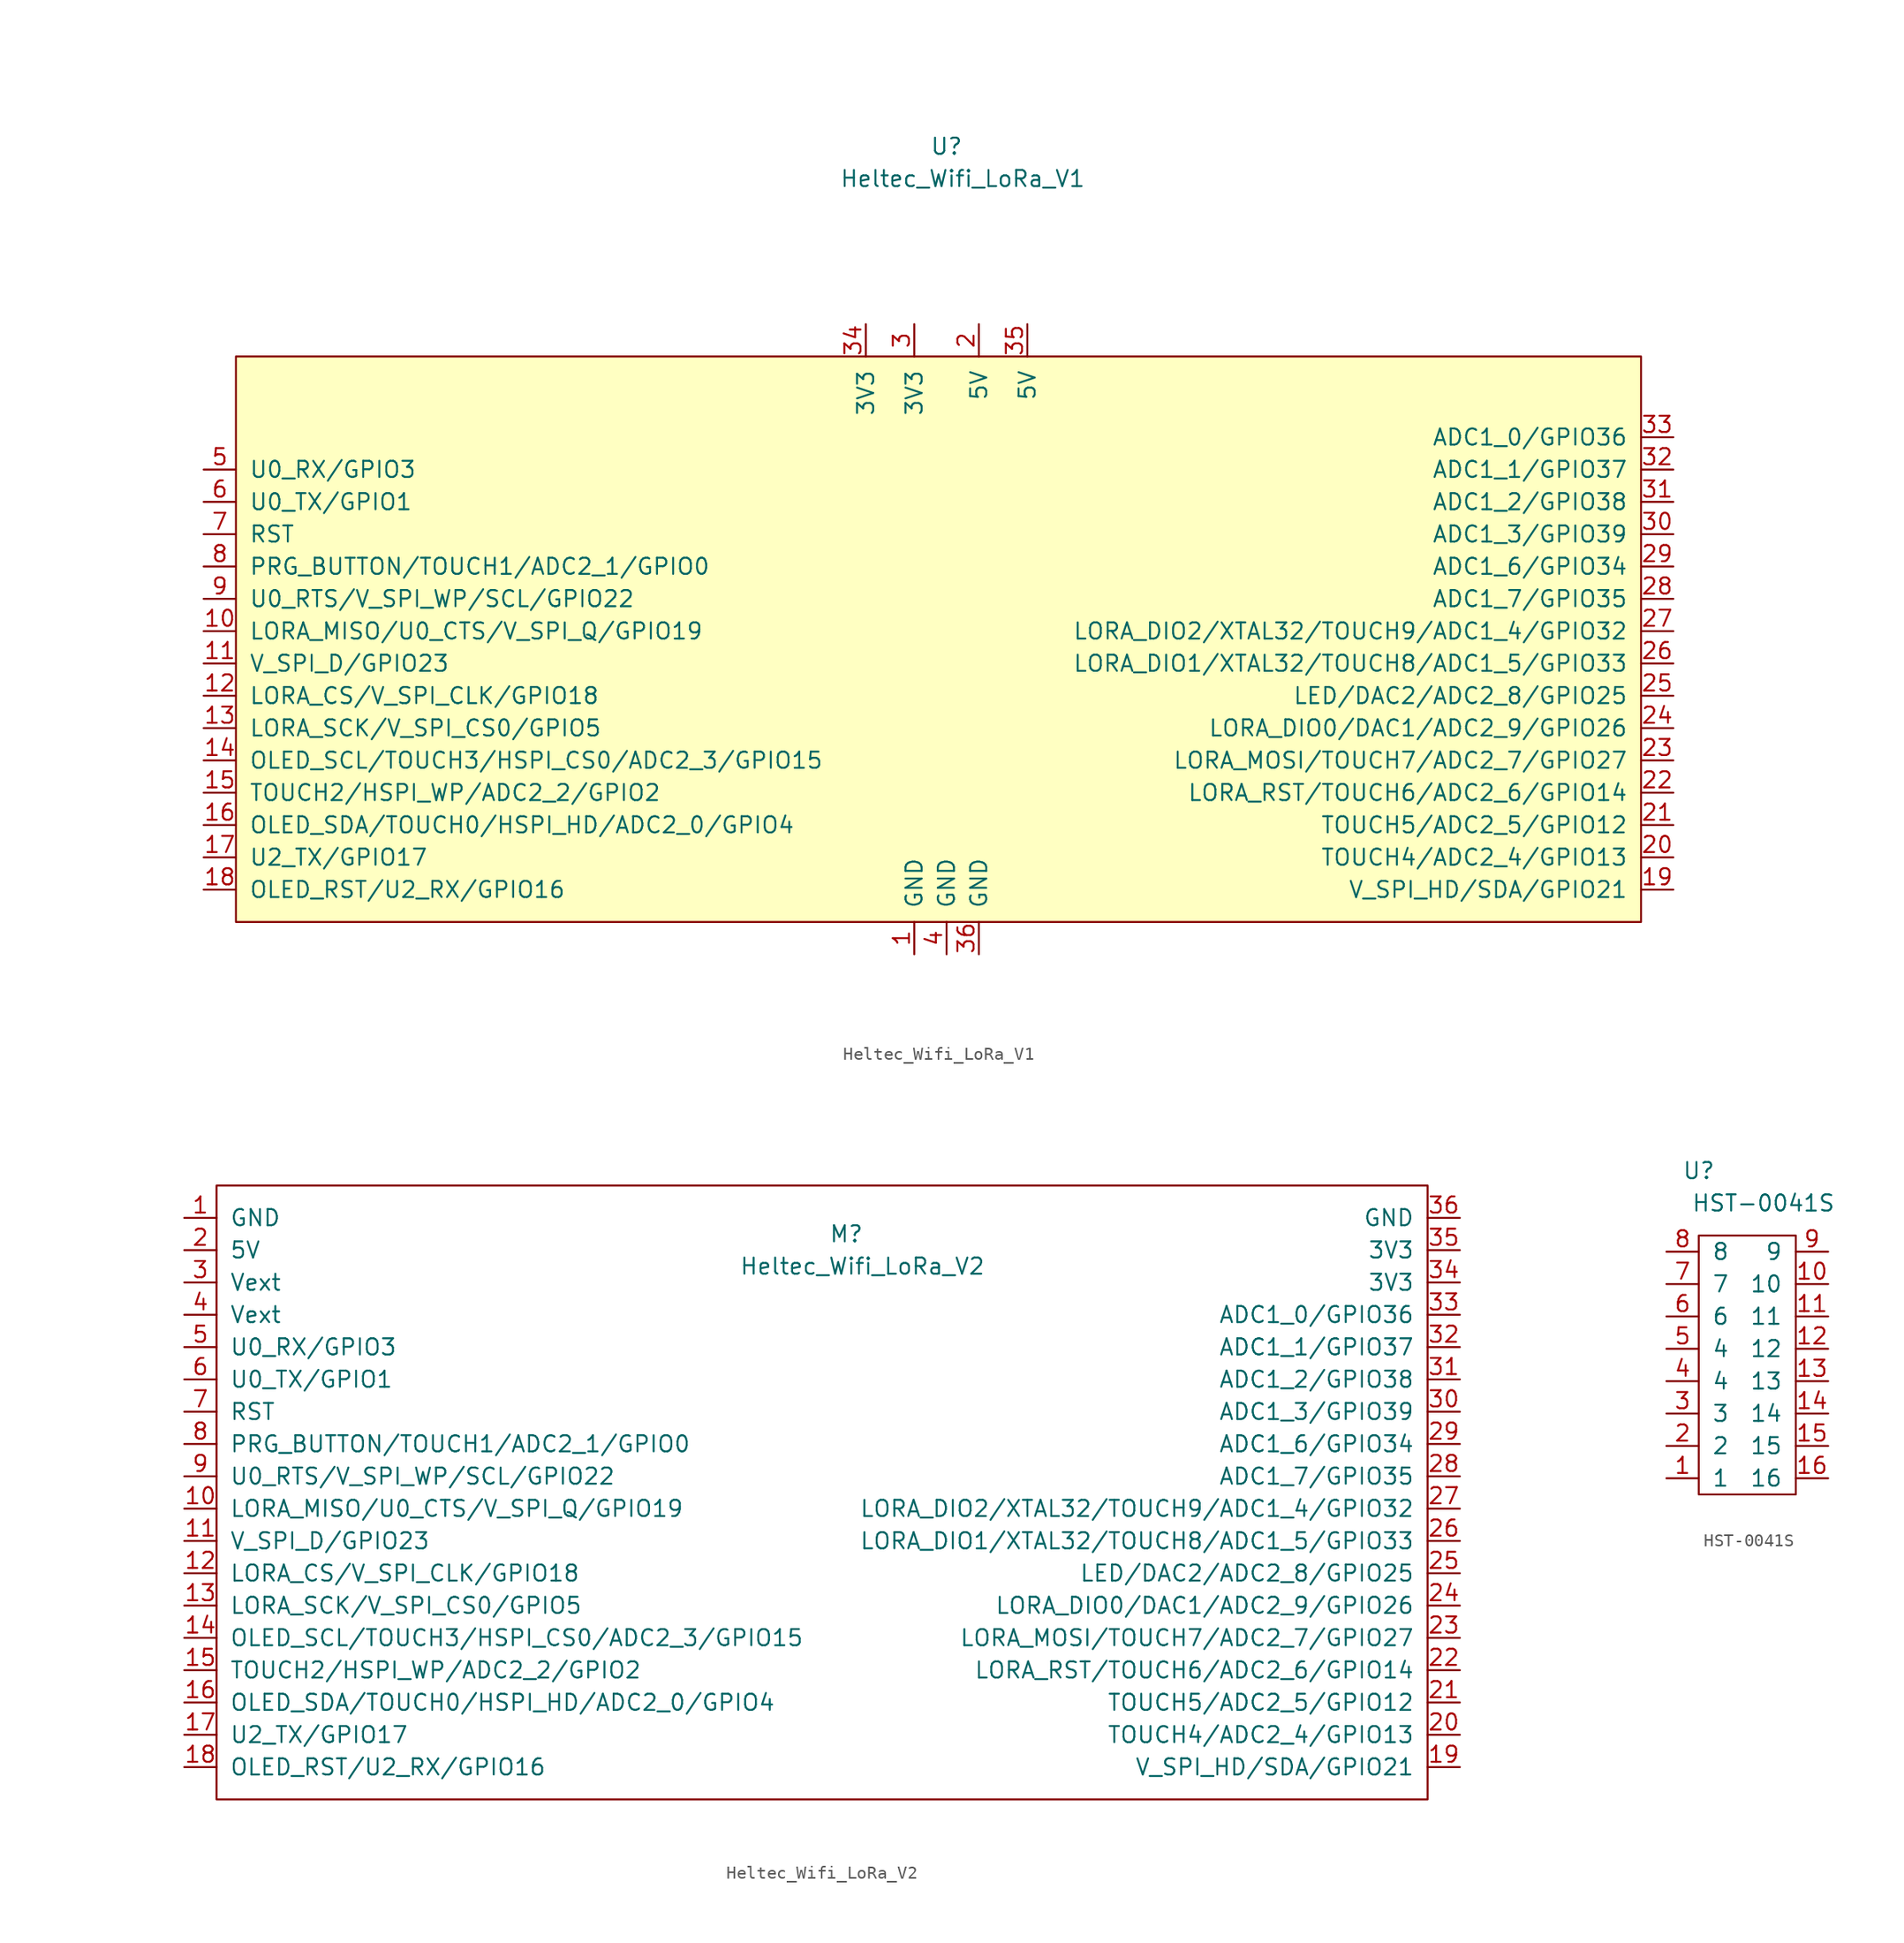
<source format=kicad_sym>
(kicad_symbol_lib
  (version 20231120)
  (generator "kicad_symbol_editor")
  (generator_version "8.0")
  (symbol "Heltec_Wifi_LoRa_V1"
    (pin_names
      (offset 1.016))
    (property "Reference" "U"
      (at 0 21.59 0)
      (effects (font (size 1.27 1.27))))
    (property "Value" "Heltec_Wifi_LoRa_V1"
      (at 1.27 19.05 0)
      (effects (font (size 1.27 1.27))))
    (symbol "Heltec_Wifi_LoRa_V1_0_1"
      (rectangle (start -55.88 5.08) (end 54.61 -39.37) (stroke (width 0) (type solid)) (fill (type background))))
    (symbol "Heltec_Wifi_LoRa_V1_1_1"
      (pin power_in line (at -2.54 -41.91 90) (length 2.54) (name "GND" (effects (font (size 1.27 1.27)))) (number "1" (effects (font (size 1.27 1.27)))))
      (pin bidirectional line (at -58.42 -16.51 0) (length 2.54) (name "LORA_MISO/U0_CTS/V_SPI_Q/GPIO19" (effects (font (size 1.27 1.27)))) (number "10" (effects (font (size 1.27 1.27)))))
      (pin bidirectional line (at -58.42 -19.05 0) (length 2.54) (name "V_SPI_D/GPIO23" (effects (font (size 1.27 1.27)))) (number "11" (effects (font (size 1.27 1.27)))))
      (pin bidirectional line (at -58.42 -21.59 0) (length 2.54) (name "LORA_CS/V_SPI_CLK/GPIO18" (effects (font (size 1.27 1.27)))) (number "12" (effects (font (size 1.27 1.27)))))
      (pin bidirectional line (at -58.42 -24.13 0) (length 2.54) (name "LORA_SCK/V_SPI_CS0/GPIO5" (effects (font (size 1.27 1.27)))) (number "13" (effects (font (size 1.27 1.27)))))
      (pin bidirectional line (at -58.42 -26.67 0) (length 2.54) (name "OLED_SCL/TOUCH3/HSPI_CS0/ADC2_3/GPIO15" (effects (font (size 1.27 1.27)))) (number "14" (effects (font (size 1.27 1.27)))))
      (pin bidirectional line (at -58.42 -29.21 0) (length 2.54) (name "TOUCH2/HSPI_WP/ADC2_2/GPIO2" (effects (font (size 1.27 1.27)))) (number "15" (effects (font (size 1.27 1.27)))))
      (pin bidirectional line (at -58.42 -31.75 0) (length 2.54) (name "OLED_SDA/TOUCH0/HSPI_HD/ADC2_0/GPIO4" (effects (font (size 1.27 1.27)))) (number "16" (effects (font (size 1.27 1.27)))))
      (pin bidirectional line (at -58.42 -34.29 0) (length 2.54) (name "U2_TX/GPIO17" (effects (font (size 1.27 1.27)))) (number "17" (effects (font (size 1.27 1.27)))))
      (pin bidirectional line (at -58.42 -36.83 0) (length 2.54) (name "OLED_RST/U2_RX/GPIO16" (effects (font (size 1.27 1.27)))) (number "18" (effects (font (size 1.27 1.27)))))
      (pin bidirectional line (at 57.15 -36.83 180) (length 2.54) (name "V_SPI_HD/SDA/GPIO21" (effects (font (size 1.27 1.27)))) (number "19" (effects (font (size 1.27 1.27)))))
      (pin power_in line (at 2.54 7.62 270) (length 2.54) (name "5V" (effects (font (size 1.27 1.27)))) (number "2" (effects (font (size 1.27 1.27)))))
      (pin bidirectional line (at 57.15 -34.29 180) (length 2.54) (name "TOUCH4/ADC2_4/GPIO13" (effects (font (size 1.27 1.27)))) (number "20" (effects (font (size 1.27 1.27)))))
      (pin bidirectional line (at 57.15 -31.75 180) (length 2.54) (name "TOUCH5/ADC2_5/GPIO12" (effects (font (size 1.27 1.27)))) (number "21" (effects (font (size 1.27 1.27)))))
      (pin bidirectional line (at 57.15 -29.21 180) (length 2.54) (name "LORA_RST/TOUCH6/ADC2_6/GPIO14" (effects (font (size 1.27 1.27)))) (number "22" (effects (font (size 1.27 1.27)))))
      (pin bidirectional line (at 57.15 -26.67 180) (length 2.54) (name "LORA_MOSI/TOUCH7/ADC2_7/GPIO27" (effects (font (size 1.27 1.27)))) (number "23" (effects (font (size 1.27 1.27)))))
      (pin bidirectional line (at 57.15 -24.13 180) (length 2.54) (name "LORA_DIO0/DAC1/ADC2_9/GPIO26" (effects (font (size 1.27 1.27)))) (number "24" (effects (font (size 1.27 1.27)))))
      (pin bidirectional line (at 57.15 -21.59 180) (length 2.54) (name "LED/DAC2/ADC2_8/GPIO25" (effects (font (size 1.27 1.27)))) (number "25" (effects (font (size 1.27 1.27)))))
      (pin bidirectional line (at 57.15 -19.05 180) (length 2.54) (name "LORA_DIO1/XTAL32/TOUCH8/ADC1_5/GPIO33" (effects (font (size 1.27 1.27)))) (number "26" (effects (font (size 1.27 1.27)))))
      (pin bidirectional line (at 57.15 -16.51 180) (length 2.54) (name "LORA_DIO2/XTAL32/TOUCH9/ADC1_4/GPIO32" (effects (font (size 1.27 1.27)))) (number "27" (effects (font (size 1.27 1.27)))))
      (pin bidirectional line (at 57.15 -13.97 180) (length 2.54) (name "ADC1_7/GPIO35" (effects (font (size 1.27 1.27)))) (number "28" (effects (font (size 1.27 1.27)))))
      (pin bidirectional line (at 57.15 -11.43 180) (length 2.54) (name "ADC1_6/GPIO34" (effects (font (size 1.27 1.27)))) (number "29" (effects (font (size 1.27 1.27)))))
      (pin power_in line (at -2.54 7.62 270) (length 2.54) (name "3V3" (effects (font (size 1.27 1.27)))) (number "3" (effects (font (size 1.27 1.27)))))
      (pin bidirectional line (at 57.15 -8.89 180) (length 2.54) (name "ADC1_3/GPIO39" (effects (font (size 1.27 1.27)))) (number "30" (effects (font (size 1.27 1.27)))))
      (pin bidirectional line (at 57.15 -6.35 180) (length 2.54) (name "ADC1_2/GPIO38" (effects (font (size 1.27 1.27)))) (number "31" (effects (font (size 1.27 1.27)))))
      (pin bidirectional line (at 57.15 -3.81 180) (length 2.54) (name "ADC1_1/GPIO37" (effects (font (size 1.27 1.27)))) (number "32" (effects (font (size 1.27 1.27)))))
      (pin bidirectional line (at 57.15 -1.27 180) (length 2.54) (name "ADC1_0/GPIO36" (effects (font (size 1.27 1.27)))) (number "33" (effects (font (size 1.27 1.27)))))
      (pin power_in line (at -6.35 7.62 270) (length 2.54) (name "3V3" (effects (font (size 1.27 1.27)))) (number "34" (effects (font (size 1.27 1.27)))))
      (pin power_in line (at 6.35 7.62 270) (length 2.54) (name "5V" (effects (font (size 1.27 1.27)))) (number "35" (effects (font (size 1.27 1.27)))))
      (pin power_in line (at 2.54 -41.91 90) (length 2.54) (name "GND" (effects (font (size 1.27 1.27)))) (number "36" (effects (font (size 1.27 1.27)))))
      (pin power_in line (at 0 -41.91 90) (length 2.54) (name "GND" (effects (font (size 1.27 1.27)))) (number "4" (effects (font (size 1.27 1.27)))))
      (pin bidirectional line (at -58.42 -3.81 0) (length 2.54) (name "U0_RX/GPIO3" (effects (font (size 1.27 1.27)))) (number "5" (effects (font (size 1.27 1.27)))))
      (pin bidirectional line (at -58.42 -6.35 0) (length 2.54) (name "U0_TX/GPIO1" (effects (font (size 1.27 1.27)))) (number "6" (effects (font (size 1.27 1.27)))))
      (pin input line (at -58.42 -8.89 0) (length 2.54) (name "RST" (effects (font (size 1.27 1.27)))) (number "7" (effects (font (size 1.27 1.27)))))
      (pin bidirectional line (at -58.42 -11.43 0) (length 2.54) (name "PRG_BUTTON/TOUCH1/ADC2_1/GPIO0" (effects (font (size 1.27 1.27)))) (number "8" (effects (font (size 1.27 1.27)))))
      (pin bidirectional line (at -58.42 -13.97 0) (length 2.54) (name "U0_RTS/V_SPI_WP/SCL/GPIO22" (effects (font (size 1.27 1.27)))) (number "9" (effects (font (size 1.27 1.27)))))))
  (symbol "Heltec_Wifi_LoRa_V2"
    (pin_names
      (offset 1.016))
    (property "Reference" "M"
      (at 0 -1.27 0)
      (effects (font (size 1.27 1.27))))
    (property "Value" "Heltec_Wifi_LoRa_V2"
      (at 1.27 -3.81 0)
      (effects (font (size 1.27 1.27))))
    (symbol "Heltec_Wifi_LoRa_V2_0_1"
      (rectangle (start -49.53 2.54) (end 45.72 -45.72) (stroke (width 0) (type default)) (fill (type none))))
    (symbol "Heltec_Wifi_LoRa_V2_1_1"
      (pin power_in line (at -52.07 0 0) (length 2.54) (name "GND" (effects (font (size 1.27 1.27)))) (number "1" (effects (font (size 1.27 1.27)))))
      (pin bidirectional line (at -52.07 -22.86 0) (length 2.54) (name "LORA_MISO/U0_CTS/V_SPI_Q/GPIO19" (effects (font (size 1.27 1.27)))) (number "10" (effects (font (size 1.27 1.27)))))
      (pin bidirectional line (at -52.07 -25.4 0) (length 2.54) (name "V_SPI_D/GPIO23" (effects (font (size 1.27 1.27)))) (number "11" (effects (font (size 1.27 1.27)))))
      (pin bidirectional line (at -52.07 -27.94 0) (length 2.54) (name "LORA_CS/V_SPI_CLK/GPIO18" (effects (font (size 1.27 1.27)))) (number "12" (effects (font (size 1.27 1.27)))))
      (pin bidirectional line (at -52.07 -30.48 0) (length 2.54) (name "LORA_SCK/V_SPI_CS0/GPIO5" (effects (font (size 1.27 1.27)))) (number "13" (effects (font (size 1.27 1.27)))))
      (pin bidirectional line (at -52.07 -33.02 0) (length 2.54) (name "OLED_SCL/TOUCH3/HSPI_CS0/ADC2_3/GPIO15" (effects (font (size 1.27 1.27)))) (number "14" (effects (font (size 1.27 1.27)))))
      (pin bidirectional line (at -52.07 -35.56 0) (length 2.54) (name "TOUCH2/HSPI_WP/ADC2_2/GPIO2" (effects (font (size 1.27 1.27)))) (number "15" (effects (font (size 1.27 1.27)))))
      (pin bidirectional line (at -52.07 -38.1 0) (length 2.54) (name "OLED_SDA/TOUCH0/HSPI_HD/ADC2_0/GPIO4" (effects (font (size 1.27 1.27)))) (number "16" (effects (font (size 1.27 1.27)))))
      (pin bidirectional line (at -52.07 -40.64 0) (length 2.54) (name "U2_TX/GPIO17" (effects (font (size 1.27 1.27)))) (number "17" (effects (font (size 1.27 1.27)))))
      (pin bidirectional line (at -52.07 -43.18 0) (length 2.54) (name "OLED_RST/U2_RX/GPIO16" (effects (font (size 1.27 1.27)))) (number "18" (effects (font (size 1.27 1.27)))))
      (pin bidirectional line (at 48.26 -43.18 180) (length 2.54) (name "V_SPI_HD/SDA/GPIO21" (effects (font (size 1.27 1.27)))) (number "19" (effects (font (size 1.27 1.27)))))
      (pin power_in line (at -52.07 -2.54 0) (length 2.54) (name "5V" (effects (font (size 1.27 1.27)))) (number "2" (effects (font (size 1.27 1.27)))))
      (pin bidirectional line (at 48.26 -40.64 180) (length 2.54) (name "TOUCH4/ADC2_4/GPIO13" (effects (font (size 1.27 1.27)))) (number "20" (effects (font (size 1.27 1.27)))))
      (pin bidirectional line (at 48.26 -38.1 180) (length 2.54) (name "TOUCH5/ADC2_5/GPIO12" (effects (font (size 1.27 1.27)))) (number "21" (effects (font (size 1.27 1.27)))))
      (pin bidirectional line (at 48.26 -35.56 180) (length 2.54) (name "LORA_RST/TOUCH6/ADC2_6/GPIO14" (effects (font (size 1.27 1.27)))) (number "22" (effects (font (size 1.27 1.27)))))
      (pin bidirectional line (at 48.26 -33.02 180) (length 2.54) (name "LORA_MOSI/TOUCH7/ADC2_7/GPIO27" (effects (font (size 1.27 1.27)))) (number "23" (effects (font (size 1.27 1.27)))))
      (pin bidirectional line (at 48.26 -30.48 180) (length 2.54) (name "LORA_DIO0/DAC1/ADC2_9/GPIO26" (effects (font (size 1.27 1.27)))) (number "24" (effects (font (size 1.27 1.27)))))
      (pin bidirectional line (at 48.26 -27.94 180) (length 2.54) (name "LED/DAC2/ADC2_8/GPIO25" (effects (font (size 1.27 1.27)))) (number "25" (effects (font (size 1.27 1.27)))))
      (pin bidirectional line (at 48.26 -25.4 180) (length 2.54) (name "LORA_DIO1/XTAL32/TOUCH8/ADC1_5/GPIO33" (effects (font (size 1.27 1.27)))) (number "26" (effects (font (size 1.27 1.27)))))
      (pin bidirectional line (at 48.26 -22.86 180) (length 2.54) (name "LORA_DIO2/XTAL32/TOUCH9/ADC1_4/GPIO32" (effects (font (size 1.27 1.27)))) (number "27" (effects (font (size 1.27 1.27)))))
      (pin bidirectional line (at 48.26 -20.32 180) (length 2.54) (name "ADC1_7/GPIO35" (effects (font (size 1.27 1.27)))) (number "28" (effects (font (size 1.27 1.27)))))
      (pin bidirectional line (at 48.26 -17.78 180) (length 2.54) (name "ADC1_6/GPIO34" (effects (font (size 1.27 1.27)))) (number "29" (effects (font (size 1.27 1.27)))))
      (pin power_in line (at -52.07 -5.08 0) (length 2.54) (name "Vext" (effects (font (size 1.27 1.27)))) (number "3" (effects (font (size 1.27 1.27)))))
      (pin bidirectional line (at 48.26 -15.24 180) (length 2.54) (name "ADC1_3/GPIO39" (effects (font (size 1.27 1.27)))) (number "30" (effects (font (size 1.27 1.27)))))
      (pin bidirectional line (at 48.26 -12.7 180) (length 2.54) (name "ADC1_2/GPIO38" (effects (font (size 1.27 1.27)))) (number "31" (effects (font (size 1.27 1.27)))))
      (pin bidirectional line (at 48.26 -10.16 180) (length 2.54) (name "ADC1_1/GPIO37" (effects (font (size 1.27 1.27)))) (number "32" (effects (font (size 1.27 1.27)))))
      (pin bidirectional line (at 48.26 -7.62 180) (length 2.54) (name "ADC1_0/GPIO36" (effects (font (size 1.27 1.27)))) (number "33" (effects (font (size 1.27 1.27)))))
      (pin power_in line (at 48.26 -5.08 180) (length 2.54) (name "3V3" (effects (font (size 1.27 1.27)))) (number "34" (effects (font (size 1.27 1.27)))))
      (pin power_in line (at 48.26 -2.54 180) (length 2.54) (name "3V3" (effects (font (size 1.27 1.27)))) (number "35" (effects (font (size 1.27 1.27)))))
      (pin power_in line (at 48.26 0 180) (length 2.54) (name "GND" (effects (font (size 1.27 1.27)))) (number "36" (effects (font (size 1.27 1.27)))))
      (pin power_in line (at -52.07 -7.62 0) (length 2.54) (name "Vext" (effects (font (size 1.27 1.27)))) (number "4" (effects (font (size 1.27 1.27)))))
      (pin bidirectional line (at -52.07 -10.16 0) (length 2.54) (name "U0_RX/GPIO3" (effects (font (size 1.27 1.27)))) (number "5" (effects (font (size 1.27 1.27)))))
      (pin bidirectional line (at -52.07 -12.7 0) (length 2.54) (name "U0_TX/GPIO1" (effects (font (size 1.27 1.27)))) (number "6" (effects (font (size 1.27 1.27)))))
      (pin input line (at -52.07 -15.24 0) (length 2.54) (name "RST" (effects (font (size 1.27 1.27)))) (number "7" (effects (font (size 1.27 1.27)))))
      (pin bidirectional line (at -52.07 -17.78 0) (length 2.54) (name "PRG_BUTTON/TOUCH1/ADC2_1/GPIO0" (effects (font (size 1.27 1.27)))) (number "8" (effects (font (size 1.27 1.27)))))
      (pin bidirectional line (at -52.07 -20.32 0) (length 2.54) (name "U0_RTS/V_SPI_WP/SCL/GPIO22" (effects (font (size 1.27 1.27)))) (number "9" (effects (font (size 1.27 1.27)))))))
  (symbol "HST-0041S"
    (pin_names
      (offset 1.016))
    (property "Reference" "U"
      (at -3.81 15.24 0)
      (effects (font (size 1.27 1.27))))
    (property "Value" "HST-0041S"
      (at 1.27 12.7 0)
      (effects (font (size 1.27 1.27))))
    (symbol "HST-0041S_0_1"
      (rectangle (start -3.81 10.16) (end 3.81 -10.16) (stroke (width 0) (type solid)) (fill (type none))))
    (symbol "HST-0041S_1_1"
      (pin input line (at -6.35 -8.89 0) (length 2.54) (name "1" (effects (font (size 1.27 1.27)))) (number "1" (effects (font (size 1.27 1.27)))))
      (pin input line (at 6.35 6.35 180) (length 2.54) (name "10" (effects (font (size 1.27 1.27)))) (number "10" (effects (font (size 1.27 1.27)))))
      (pin input line (at 6.35 3.81 180) (length 2.54) (name "11" (effects (font (size 1.27 1.27)))) (number "11" (effects (font (size 1.27 1.27)))))
      (pin input line (at 6.35 1.27 180) (length 2.54) (name "12" (effects (font (size 1.27 1.27)))) (number "12" (effects (font (size 1.27 1.27)))))
      (pin input line (at 6.35 -1.27 180) (length 2.54) (name "13" (effects (font (size 1.27 1.27)))) (number "13" (effects (font (size 1.27 1.27)))))
      (pin input line (at 6.35 -3.81 180) (length 2.54) (name "14" (effects (font (size 1.27 1.27)))) (number "14" (effects (font (size 1.27 1.27)))))
      (pin input line (at 6.35 -6.35 180) (length 2.54) (name "15" (effects (font (size 1.27 1.27)))) (number "15" (effects (font (size 1.27 1.27)))))
      (pin input line (at 6.35 -8.89 180) (length 2.54) (name "16" (effects (font (size 1.27 1.27)))) (number "16" (effects (font (size 1.27 1.27)))))
      (pin input line (at -6.35 -6.35 0) (length 2.54) (name "2" (effects (font (size 1.27 1.27)))) (number "2" (effects (font (size 1.27 1.27)))))
      (pin input line (at -6.35 -3.81 0) (length 2.54) (name "3" (effects (font (size 1.27 1.27)))) (number "3" (effects (font (size 1.27 1.27)))))
      (pin input line (at -6.35 -1.27 0) (length 2.54) (name "4" (effects (font (size 1.27 1.27)))) (number "4" (effects (font (size 1.27 1.27)))))
      (pin input line (at -6.35 1.27 0) (length 2.54) (name "4" (effects (font (size 1.27 1.27)))) (number "5" (effects (font (size 1.27 1.27)))))
      (pin input line (at -6.35 3.81 0) (length 2.54) (name "6" (effects (font (size 1.27 1.27)))) (number "6" (effects (font (size 1.27 1.27)))))
      (pin input line (at -6.35 6.35 0) (length 2.54) (name "7" (effects (font (size 1.27 1.27)))) (number "7" (effects (font (size 1.27 1.27)))))
      (pin input line (at -6.35 8.89 0) (length 2.54) (name "8" (effects (font (size 1.27 1.27)))) (number "8" (effects (font (size 1.27 1.27)))))
      (pin input line (at 6.35 8.89 180) (length 2.54) (name "9" (effects (font (size 1.27 1.27)))) (number "9" (effects (font (size 1.27 1.27))))))))
</source>
